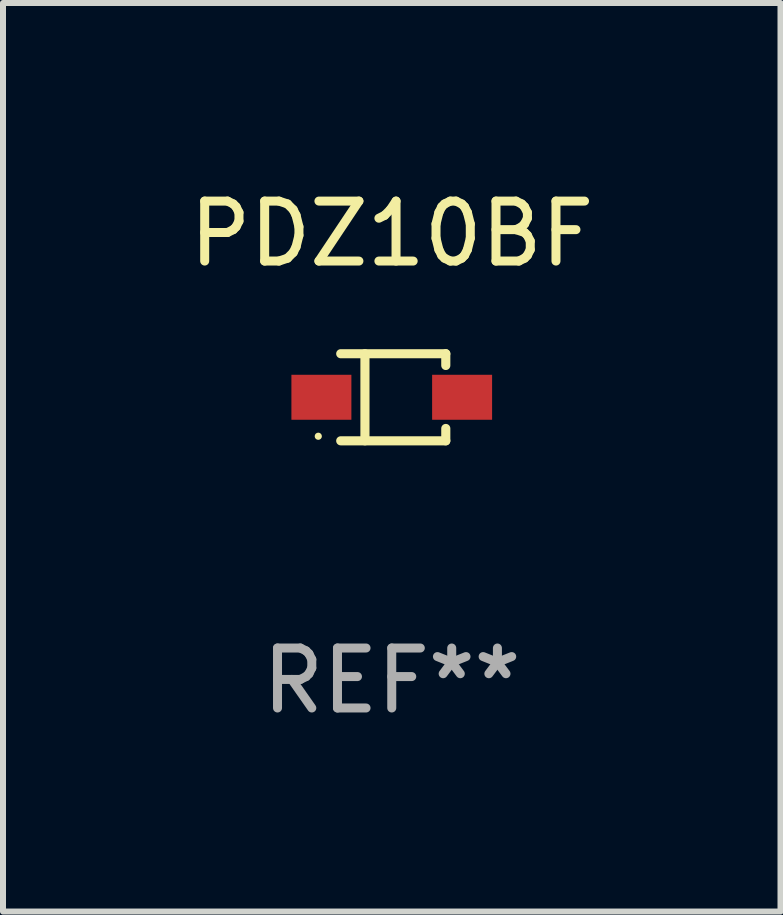
<source format=kicad_pcb>
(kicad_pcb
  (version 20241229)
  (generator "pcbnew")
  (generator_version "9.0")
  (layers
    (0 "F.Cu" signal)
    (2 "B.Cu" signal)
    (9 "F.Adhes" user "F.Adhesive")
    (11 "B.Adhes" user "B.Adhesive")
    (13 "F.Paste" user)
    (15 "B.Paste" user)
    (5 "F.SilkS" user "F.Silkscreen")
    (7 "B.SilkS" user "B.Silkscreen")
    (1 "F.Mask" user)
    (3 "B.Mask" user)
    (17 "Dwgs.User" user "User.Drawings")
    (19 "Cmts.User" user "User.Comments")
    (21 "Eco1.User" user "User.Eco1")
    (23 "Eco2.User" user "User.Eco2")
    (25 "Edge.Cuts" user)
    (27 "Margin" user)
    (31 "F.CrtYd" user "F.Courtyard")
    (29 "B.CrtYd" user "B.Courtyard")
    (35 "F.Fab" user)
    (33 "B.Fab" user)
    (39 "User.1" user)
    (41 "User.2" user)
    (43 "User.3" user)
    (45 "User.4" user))
  (footprint "PDZ10BF"
    (layer "F.Cu")
    (at 3.482 3.574)
    (property "Reference" "PDZ10BF" (at 0 -2.726 0) (layer "F.SilkS") (effects (font (size 1 1) (thickness 0.15))))
    (attr through_hole)
    (fp_line (start -0.851 -0.726) (end 0.901 -0.726) (stroke (width 0.152) (type solid)) (layer "F.SilkS"))
    (fp_line (start -0.851 0.726) (end 0.901 0.726) (stroke (width 0.152) (type solid)) (layer "F.SilkS"))
    (fp_line (start -0.447 -0.726) (end -0.447 0.726) (stroke (width 0.152) (type solid)) (layer "F.SilkS"))
    (fp_line (start 0.901 -0.726) (end 0.901 -0.53) (stroke (width 0.152) (type solid)) (layer "F.SilkS"))
    (fp_line (start 0.901 0.726) (end 0.901 0.52) (stroke (width 0.152) (type solid)) (layer "F.SilkS"))
    (fp_circle (center -1.225 0.65) (end -1.195 0.65) (stroke (width 0.06) (type solid)) (fill no) (layer "F.SilkS"))
    (fp_text user "REF**" (at 0 4.726 0) (layer "F.Fab") (effects (font (size 1 1) (thickness 0.15))))
    (pad "1" smd rect (at -1.173 0) (size 1 0.75) (layers "F.Cu" "F.Mask" "F.Paste"))
    (pad "2" smd rect (at 1.173 0) (size 1 0.75) (layers "F.Cu" "F.Mask" "F.Paste")))
  (gr_rect
    (start -3 -3)
    (end 9.964 12.149)
    (stroke (width 0.1) (type default))
    (fill no)
    (layer "Edge.Cuts")))
</source>
